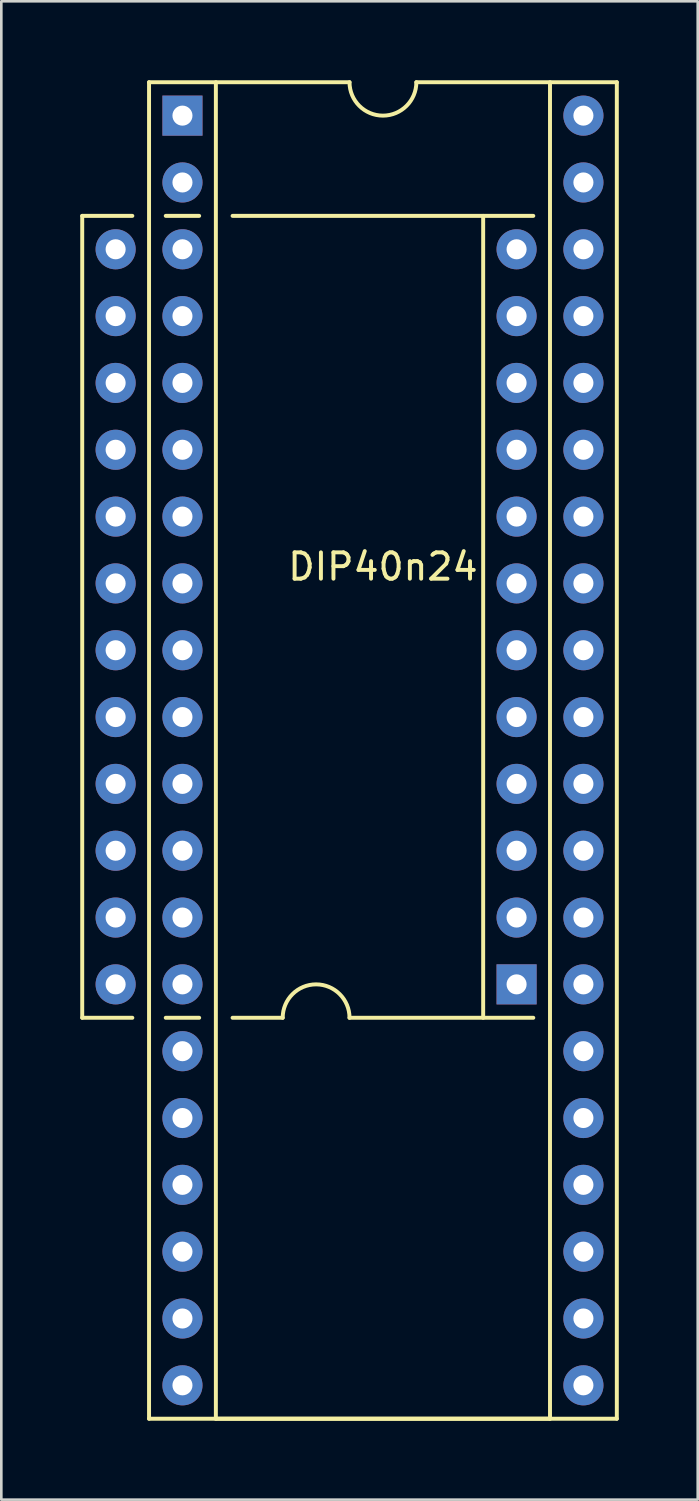
<source format=kicad_pcb>
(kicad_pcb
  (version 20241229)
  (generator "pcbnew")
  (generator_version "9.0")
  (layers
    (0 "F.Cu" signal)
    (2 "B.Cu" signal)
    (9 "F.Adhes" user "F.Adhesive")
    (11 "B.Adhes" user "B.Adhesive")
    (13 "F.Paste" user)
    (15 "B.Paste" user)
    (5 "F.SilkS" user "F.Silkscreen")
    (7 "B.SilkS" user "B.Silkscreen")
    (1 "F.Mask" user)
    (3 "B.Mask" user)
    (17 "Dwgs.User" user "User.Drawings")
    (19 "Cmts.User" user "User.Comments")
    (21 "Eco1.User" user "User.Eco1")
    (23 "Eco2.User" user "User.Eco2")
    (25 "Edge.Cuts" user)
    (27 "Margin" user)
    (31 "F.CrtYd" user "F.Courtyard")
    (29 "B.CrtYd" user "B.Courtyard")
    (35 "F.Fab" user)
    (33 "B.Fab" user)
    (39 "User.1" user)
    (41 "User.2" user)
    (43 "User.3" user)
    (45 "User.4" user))
  (footprint "DIP40n24"
    (layer "F.Cu")
    (at 11.505 24.205)
    (property "Reference" "DIP40n24" (at 0 -5.715 180) (layer "F.SilkS") (effects (font (size 1 1) (thickness 0.15))))
    (attr through_hole)
    (fp_line (start -11.43 -19.05) (end -11.43 11.43) (stroke (width 0.15) (type solid)) (layer "F.SilkS"))
    (fp_line (start -11.43 11.43) (end -9.525 11.43) (stroke (width 0.15) (type solid)) (layer "F.SilkS"))
    (fp_line (start -9.525 -19.05) (end -11.43 -19.05) (stroke (width 0.15) (type solid)) (layer "F.SilkS"))
    (fp_line (start -8.89 -24.13) (end -8.89 26.67) (stroke (width 0.15) (type solid)) (layer "F.SilkS"))
    (fp_line (start -8.89 26.67) (end 8.89 26.67) (stroke (width 0.15) (type solid)) (layer "F.SilkS"))
    (fp_line (start -8.255 11.43) (end -6.985 11.43) (stroke (width 0.15) (type solid)) (layer "F.SilkS"))
    (fp_line (start -6.985 -19.05) (end -8.255 -19.05) (stroke (width 0.15) (type solid)) (layer "F.SilkS"))
    (fp_line (start -6.35 -24.13) (end -6.35 26.67) (stroke (width 0.15) (type solid)) (layer "F.SilkS"))
    (fp_line (start -6.35 26.67) (end 6.35 26.67) (stroke (width 0.15) (type solid)) (layer "F.SilkS"))
    (fp_line (start -5.715 11.43) (end -3.81 11.43) (stroke (width 0.15) (type solid)) (layer "F.SilkS"))
    (fp_line (start -1.27 -24.13) (end -8.89 -24.13) (stroke (width 0.15) (type solid)) (layer "F.SilkS"))
    (fp_line (start 3.81 11.43) (end 3.81 -19.05) (stroke (width 0.15) (type solid)) (layer "F.SilkS"))
    (fp_line (start 5.715 -19.05) (end -5.715 -19.05) (stroke (width 0.15) (type solid)) (layer "F.SilkS"))
    (fp_line (start 5.715 11.43) (end -1.27 11.43) (stroke (width 0.15) (type solid)) (layer "F.SilkS"))
    (fp_line (start 6.35 26.67) (end 6.35 -24.13) (stroke (width 0.15) (type solid)) (layer "F.SilkS"))
    (fp_line (start 8.89 -24.13) (end 1.27 -24.13) (stroke (width 0.15) (type solid)) (layer "F.SilkS"))
    (fp_line (start 8.89 26.67) (end 8.89 -24.13) (stroke (width 0.15) (type solid)) (layer "F.SilkS"))
    (fp_arc (start -3.81 11.43) (mid -2.54 10.16) (end -1.27 11.43) (stroke (width 0.15) (type solid)) (layer "F.SilkS"))
    (fp_arc (start 1.27 -24.13) (mid 0 -22.86) (end -1.27 -24.13) (stroke (width 0.15) (type solid)) (layer "F.SilkS"))
    (pad "1" thru_hole rect (at -7.62 -22.86) (size 1.524 1.524) (drill 0.762) (layers "*.Cu" "*.Mask"))
    (pad "2" thru_hole circle (at -7.62 -20.32) (size 1.524 1.524) (drill 0.762) (layers "*.Cu" "*.Mask"))
    (pad "3" thru_hole circle (at -7.62 -17.78) (size 1.524 1.524) (drill 0.762) (layers "*.Cu" "*.Mask"))
    (pad "4" thru_hole circle (at -7.62 -15.24) (size 1.524 1.524) (drill 0.762) (layers "*.Cu" "*.Mask"))
    (pad "5" thru_hole circle (at -7.62 -12.7) (size 1.524 1.524) (drill 0.762) (layers "*.Cu" "*.Mask"))
    (pad "6" thru_hole circle (at -7.62 -10.16) (size 1.524 1.524) (drill 0.762) (layers "*.Cu" "*.Mask"))
    (pad "7" thru_hole circle (at -7.62 -7.62) (size 1.524 1.524) (drill 0.762) (layers "*.Cu" "*.Mask"))
    (pad "8" thru_hole circle (at -7.62 -5.08) (size 1.524 1.524) (drill 0.762) (layers "*.Cu" "*.Mask"))
    (pad "9" thru_hole circle (at -7.62 -2.54) (size 1.524 1.524) (drill 0.762) (layers "*.Cu" "*.Mask"))
    (pad "10" thru_hole circle (at -7.62 0) (size 1.524 1.524) (drill 0.762) (layers "*.Cu" "*.Mask"))
    (pad "11" thru_hole circle (at -7.62 2.54) (size 1.524 1.524) (drill 0.762) (layers "*.Cu" "*.Mask"))
    (pad "12" thru_hole circle (at -7.62 5.08) (size 1.524 1.524) (drill 0.762) (layers "*.Cu" "*.Mask"))
    (pad "13" thru_hole circle (at -7.62 7.62) (size 1.524 1.524) (drill 0.762) (layers "*.Cu" "*.Mask"))
    (pad "14" thru_hole circle (at -7.62 10.16) (size 1.524 1.524) (drill 0.762) (layers "*.Cu" "*.Mask"))
    (pad "15" thru_hole circle (at -7.62 12.7) (size 1.524 1.524) (drill 0.762) (layers "*.Cu" "*.Mask"))
    (pad "16" thru_hole circle (at -7.62 15.24) (size 1.524 1.524) (drill 0.762) (layers "*.Cu" "*.Mask"))
    (pad "17" thru_hole circle (at -7.62 17.78) (size 1.524 1.524) (drill 0.762) (layers "*.Cu" "*.Mask"))
    (pad "18" thru_hole circle (at -7.62 20.32) (size 1.524 1.524) (drill 0.762) (layers "*.Cu" "*.Mask"))
    (pad "19" thru_hole circle (at -7.62 22.86) (size 1.524 1.524) (drill 0.762) (layers "*.Cu" "*.Mask"))
    (pad "20" thru_hole circle (at -7.62 25.4) (size 1.524 1.524) (drill 0.762) (layers "*.Cu" "*.Mask"))
    (pad "21" thru_hole circle (at 7.62 25.4) (size 1.524 1.524) (drill 0.762) (layers "*.Cu" "*.Mask"))
    (pad "22" thru_hole circle (at 7.62 22.86) (size 1.524 1.524) (drill 0.762) (layers "*.Cu" "*.Mask"))
    (pad "23" thru_hole circle (at 7.62 20.32) (size 1.524 1.524) (drill 0.762) (layers "*.Cu" "*.Mask"))
    (pad "24" thru_hole circle (at 7.62 17.78) (size 1.524 1.524) (drill 0.762) (layers "*.Cu" "*.Mask"))
    (pad "25" thru_hole circle (at 7.62 15.24) (size 1.524 1.524) (drill 0.762) (layers "*.Cu" "*.Mask"))
    (pad "26" thru_hole circle (at 7.62 12.7) (size 1.524 1.524) (drill 0.762) (layers "*.Cu" "*.Mask"))
    (pad "27" thru_hole circle (at 7.62 10.16) (size 1.524 1.524) (drill 0.762) (layers "*.Cu" "*.Mask"))
    (pad "28" thru_hole circle (at 7.62 7.62) (size 1.524 1.524) (drill 0.762) (layers "*.Cu" "*.Mask"))
    (pad "29" thru_hole circle (at 7.62 5.08) (size 1.524 1.524) (drill 0.762) (layers "*.Cu" "*.Mask"))
    (pad "30" thru_hole circle (at 7.62 2.54) (size 1.524 1.524) (drill 0.762) (layers "*.Cu" "*.Mask"))
    (pad "31" thru_hole circle (at 7.62 0) (size 1.524 1.524) (drill 0.762) (layers "*.Cu" "*.Mask"))
    (pad "32" thru_hole circle (at 7.62 -2.54) (size 1.524 1.524) (drill 0.762) (layers "*.Cu" "*.Mask"))
    (pad "33" thru_hole circle (at 7.62 -5.08) (size 1.524 1.524) (drill 0.762) (layers "*.Cu" "*.Mask"))
    (pad "34" thru_hole circle (at 7.62 -7.62) (size 1.524 1.524) (drill 0.762) (layers "*.Cu" "*.Mask"))
    (pad "35" thru_hole circle (at 7.62 -10.16) (size 1.524 1.524) (drill 0.762) (layers "*.Cu" "*.Mask"))
    (pad "36" thru_hole circle (at 7.62 -12.7) (size 1.524 1.524) (drill 0.762) (layers "*.Cu" "*.Mask"))
    (pad "37" thru_hole circle (at 7.62 -15.24) (size 1.524 1.524) (drill 0.762) (layers "*.Cu" "*.Mask"))
    (pad "38" thru_hole circle (at 7.62 -17.78) (size 1.524 1.524) (drill 0.762) (layers "*.Cu" "*.Mask"))
    (pad "39" thru_hole circle (at 7.62 -20.32) (size 1.524 1.524) (drill 0.762) (layers "*.Cu" "*.Mask"))
    (pad "40" thru_hole circle (at 7.62 -22.86) (size 1.524 1.524) (drill 0.762) (layers "*.Cu" "*.Mask"))
    (pad "41" thru_hole rect (at 5.08 10.16 180) (size 1.524 1.524) (drill 0.762) (layers "*.Cu" "*.Mask"))
    (pad "42" thru_hole circle (at 5.08 7.62 180) (size 1.524 1.524) (drill 0.762) (layers "*.Cu" "*.Mask"))
    (pad "43" thru_hole circle (at 5.08 5.08 180) (size 1.524 1.524) (drill 0.762) (layers "*.Cu" "*.Mask"))
    (pad "44" thru_hole circle (at 5.08 2.54 180) (size 1.524 1.524) (drill 0.762) (layers "*.Cu" "*.Mask"))
    (pad "45" thru_hole circle (at 5.08 0 180) (size 1.524 1.524) (drill 0.762) (layers "*.Cu" "*.Mask"))
    (pad "46" thru_hole circle (at 5.08 -2.54 180) (size 1.524 1.524) (drill 0.762) (layers "*.Cu" "*.Mask"))
    (pad "47" thru_hole circle (at 5.08 -5.08 180) (size 1.524 1.524) (drill 0.762) (layers "*.Cu" "*.Mask"))
    (pad "48" thru_hole circle (at 5.08 -7.62 180) (size 1.524 1.524) (drill 0.762) (layers "*.Cu" "*.Mask"))
    (pad "49" thru_hole circle (at 5.08 -10.16 180) (size 1.524 1.524) (drill 0.762) (layers "*.Cu" "*.Mask"))
    (pad "50" thru_hole circle (at 5.08 -12.7 180) (size 1.524 1.524) (drill 0.762) (layers "*.Cu" "*.Mask"))
    (pad "51" thru_hole circle (at 5.08 -15.24 180) (size 1.524 1.524) (drill 0.762) (layers "*.Cu" "*.Mask"))
    (pad "52" thru_hole circle (at 5.08 -17.78 180) (size 1.524 1.524) (drill 0.762) (layers "*.Cu" "*.Mask"))
    (pad "53" thru_hole circle (at -10.16 -17.78 180) (size 1.524 1.524) (drill 0.762) (layers "*.Cu" "*.Mask"))
    (pad "54" thru_hole circle (at -10.16 -15.24 180) (size 1.524 1.524) (drill 0.762) (layers "*.Cu" "*.Mask"))
    (pad "55" thru_hole circle (at -10.16 -12.7 180) (size 1.524 1.524) (drill 0.762) (layers "*.Cu" "*.Mask"))
    (pad "56" thru_hole circle (at -10.16 -10.16 180) (size 1.524 1.524) (drill 0.762) (layers "*.Cu" "*.Mask"))
    (pad "57" thru_hole circle (at -10.16 -7.62 180) (size 1.524 1.524) (drill 0.762) (layers "*.Cu" "*.Mask"))
    (pad "58" thru_hole circle (at -10.16 -5.08 180) (size 1.524 1.524) (drill 0.762) (layers "*.Cu" "*.Mask"))
    (pad "59" thru_hole circle (at -10.16 -2.54 180) (size 1.524 1.524) (drill 0.762) (layers "*.Cu" "*.Mask"))
    (pad "60" thru_hole circle (at -10.16 0 180) (size 1.524 1.524) (drill 0.762) (layers "*.Cu" "*.Mask"))
    (pad "61" thru_hole circle (at -10.16 2.54 180) (size 1.524 1.524) (drill 0.762) (layers "*.Cu" "*.Mask"))
    (pad "62" thru_hole circle (at -10.16 5.08 180) (size 1.524 1.524) (drill 0.762) (layers "*.Cu" "*.Mask"))
    (pad "63" thru_hole circle (at -10.16 7.62 180) (size 1.524 1.524) (drill 0.762) (layers "*.Cu" "*.Mask"))
    (pad "64" thru_hole circle (at -10.16 10.16 180) (size 1.524 1.524) (drill 0.762) (layers "*.Cu" "*.Mask")))
  (gr_rect
    (start -3 -3)
    (end 23.47 53.95)
    (stroke (width 0.1) (type default))
    (fill no)
    (layer "Edge.Cuts")))
</source>
